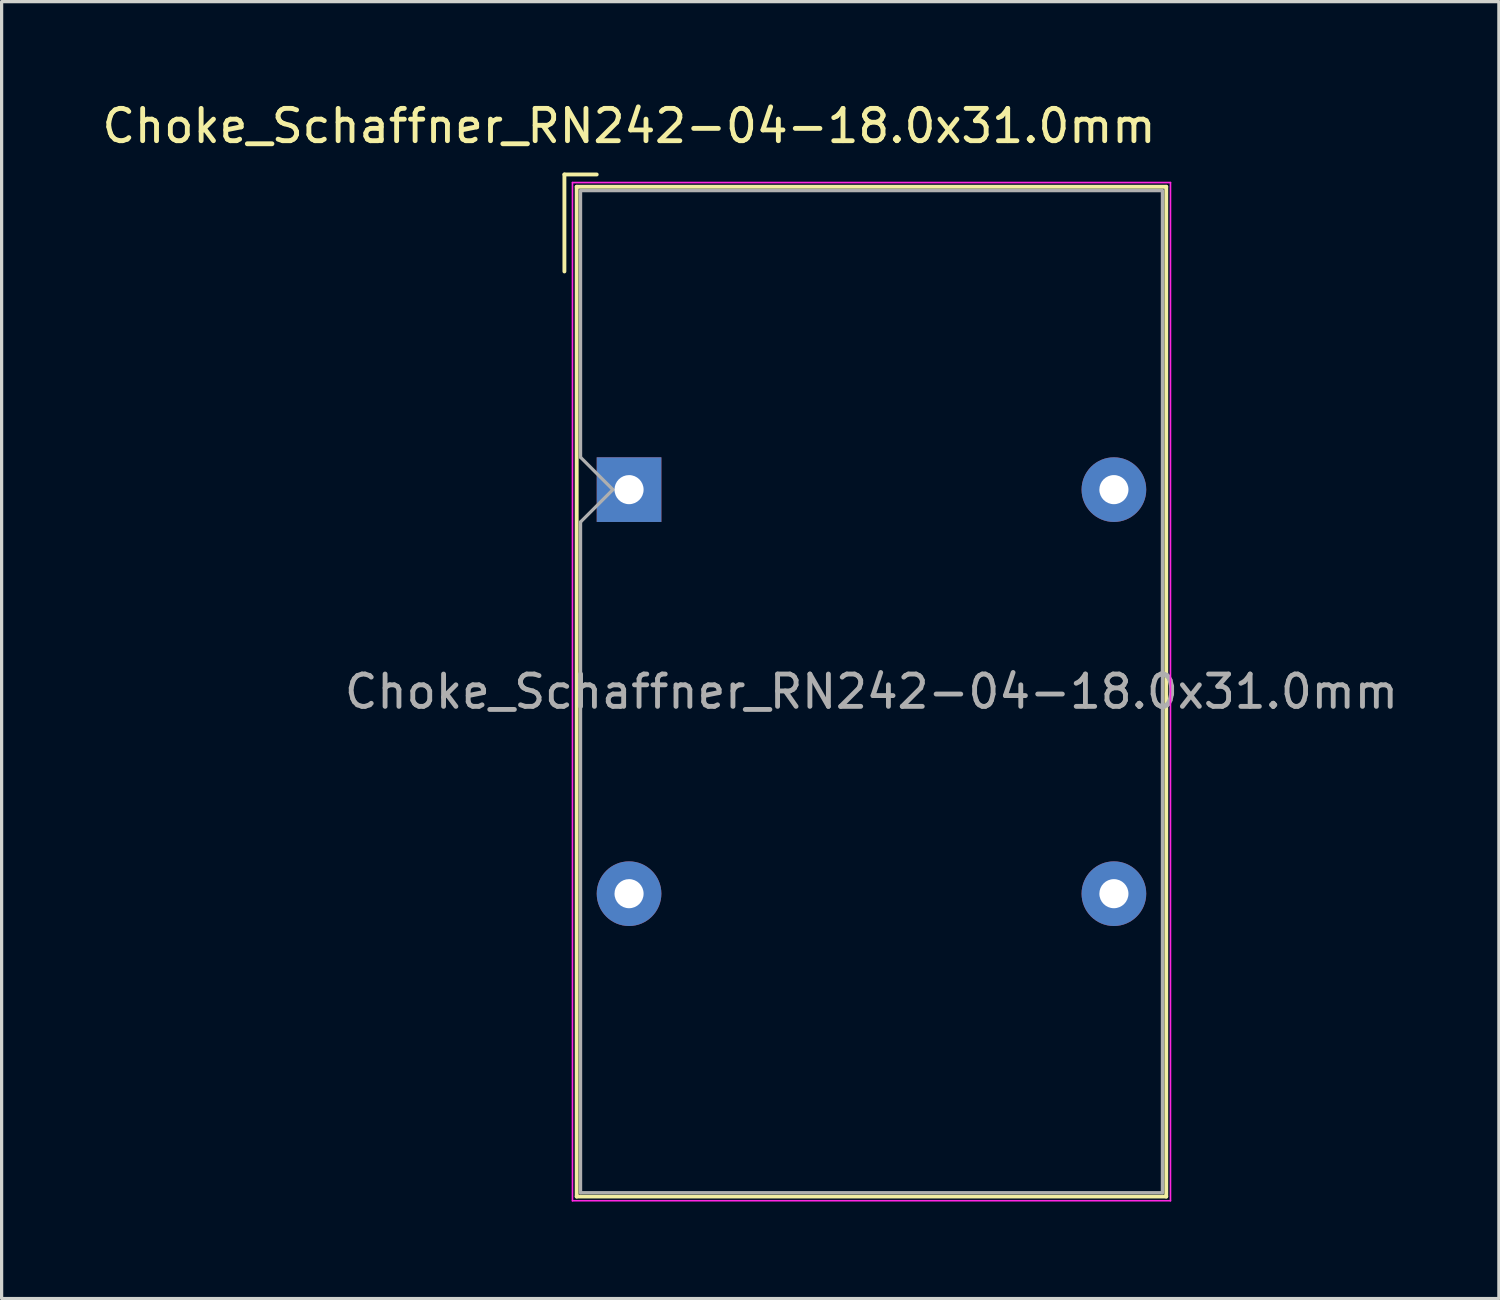
<source format=kicad_pcb>
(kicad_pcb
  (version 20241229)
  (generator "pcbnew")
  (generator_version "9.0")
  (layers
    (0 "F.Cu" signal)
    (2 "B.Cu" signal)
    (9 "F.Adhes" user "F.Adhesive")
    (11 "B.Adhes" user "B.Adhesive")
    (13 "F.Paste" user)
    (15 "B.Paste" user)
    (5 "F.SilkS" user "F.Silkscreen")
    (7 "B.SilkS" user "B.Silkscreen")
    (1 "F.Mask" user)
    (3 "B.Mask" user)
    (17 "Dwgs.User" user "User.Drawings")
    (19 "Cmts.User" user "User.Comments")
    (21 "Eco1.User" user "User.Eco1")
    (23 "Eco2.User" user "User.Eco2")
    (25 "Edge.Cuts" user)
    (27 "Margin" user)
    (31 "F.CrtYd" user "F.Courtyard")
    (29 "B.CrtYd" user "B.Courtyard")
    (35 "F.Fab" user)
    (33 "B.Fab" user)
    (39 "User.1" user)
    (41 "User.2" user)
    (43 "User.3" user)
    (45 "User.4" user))
  (footprint "Choke_Schaffner_RN242-04-18.0x31.0mm"
    (layer "F.Cu")
    (at 16.411 12.098)
    (property "Reference" "Choke_Schaffner_RN242-04-18.0x31.0mm" (at 0 -11.25 0) (layer "F.SilkS") (effects (font (size 1 1) (thickness 0.15))))
    (attr through_hole)
    (fp_line (start -2 -9.75) (end -2 -6.75) (stroke (width 0.12) (type solid)) (layer "F.SilkS"))
    (fp_line (start -2 -9.75) (end -1 -9.75) (stroke (width 0.12) (type solid)) (layer "F.SilkS"))
    (fp_line (start -1.62 -9.37) (end 16.62 -9.37) (stroke (width 0.12) (type solid)) (layer "F.SilkS"))
    (fp_line (start -1.62 21.87) (end -1.62 -9.37) (stroke (width 0.12) (type solid)) (layer "F.SilkS"))
    (fp_line (start 16.62 -9.37) (end 16.62 21.87) (stroke (width 0.12) (type solid)) (layer "F.SilkS"))
    (fp_line (start 16.62 21.87) (end -1.62 21.87) (stroke (width 0.12) (type solid)) (layer "F.SilkS"))
    (fp_line (start -1.75 -9.5) (end -1.75 22) (stroke (width 0.05) (type solid)) (layer "F.CrtYd"))
    (fp_line (start -1.75 22) (end 16.75 22) (stroke (width 0.05) (type solid)) (layer "F.CrtYd"))
    (fp_line (start 16.75 -9.5) (end -1.75 -9.5) (stroke (width 0.05) (type solid)) (layer "F.CrtYd"))
    (fp_line (start 16.75 22) (end 16.75 -9.5) (stroke (width 0.05) (type solid)) (layer "F.CrtYd"))
    (fp_line (start -1.5 -9.25) (end 16.5 -9.25) (stroke (width 0.1) (type solid)) (layer "F.Fab"))
    (fp_line (start -1.5 -1) (end -1.5 -9.25) (stroke (width 0.1) (type solid)) (layer "F.Fab"))
    (fp_line (start -1.5 1) (end -0.5 0) (stroke (width 0.1) (type solid)) (layer "F.Fab"))
    (fp_line (start -1.5 21.75) (end -1.5 1) (stroke (width 0.1) (type solid)) (layer "F.Fab"))
    (fp_line (start -0.5 0) (end -1.5 -1) (stroke (width 0.1) (type solid)) (layer "F.Fab"))
    (fp_line (start 16.5 -9.25) (end 16.5 21.75) (stroke (width 0.1) (type solid)) (layer "F.Fab"))
    (fp_line (start 16.5 21.75) (end -1.5 21.75) (stroke (width 0.1) (type solid)) (layer "F.Fab"))
    (fp_text user "${REFERENCE}" (at 7.5 6.25 0) (layer "F.Fab") (effects (font (size 1 1) (thickness 0.15))))
    (pad "1" thru_hole rect (at 0 0) (size 2 2) (drill 0.9) (layers "*.Cu" "*.Mask"))
    (pad "2" thru_hole circle (at 15 0) (size 2 2) (drill 0.9) (layers "*.Cu" "*.Mask"))
    (pad "3" thru_hole circle (at 0 12.5) (size 2 2) (drill 0.9) (layers "*.Cu" "*.Mask"))
    (pad "4" thru_hole circle (at 15 12.5) (size 2 2) (drill 0.9) (layers "*.Cu" "*.Mask")))
  (gr_rect
    (start -3 -3)
    (end 43.321 37.123)
    (stroke (width 0.1) (type default))
    (fill no)
    (layer "Edge.Cuts")))
</source>
